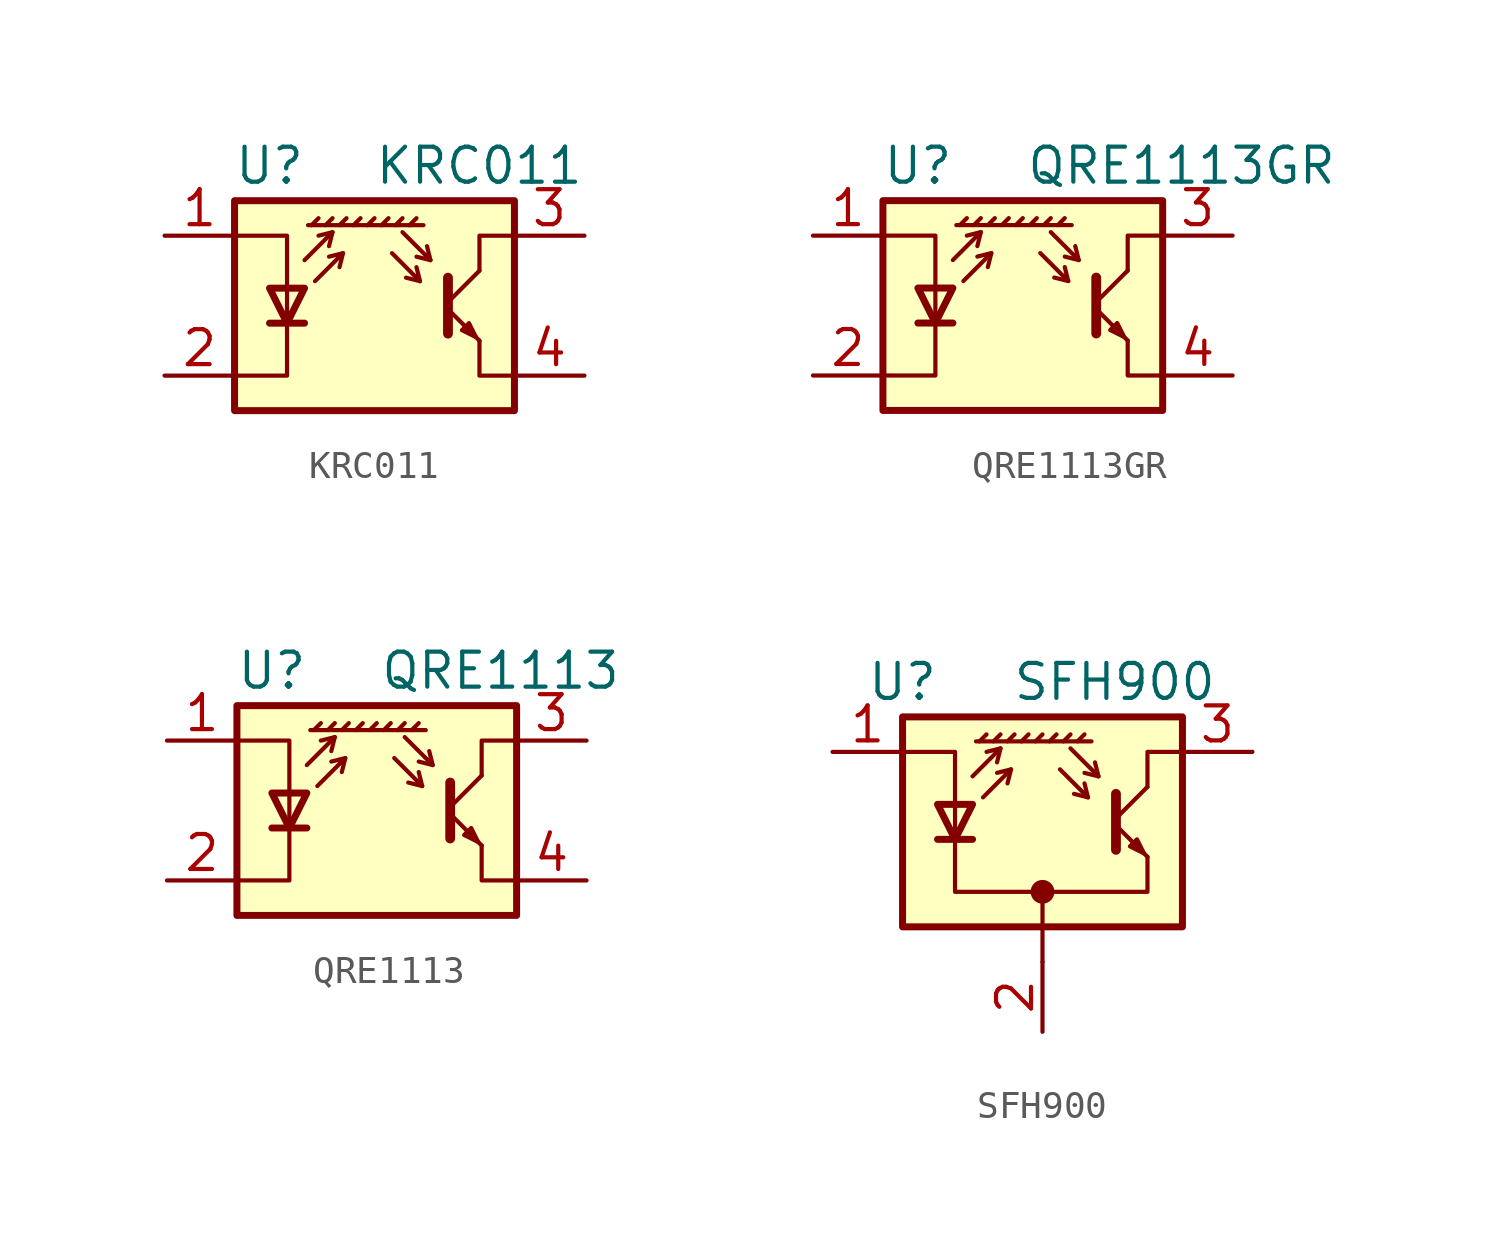
<source format=kicad_sym>
(kicad_symbol_lib
  (version 20241209)
  (generator "kicad_symbol_editor")
  (generator_version "9.0")
  (symbol "KRC011"
    (pin_names
      (offset 1.016)
      (hide yes))
    (property "Reference" "U"
      (at -3.81 5.08 0)
      (effects (font (size 1.27 1.27))))
    (property "Value" "KRC011"
      (at 7.62 5.08 0)
      (effects (font (size 1.27 1.27)) (justify right)))
    (symbol "KRC011_0_1"
      (polyline (pts (xy -5.08 -2.54) (xy -3.175 -2.54) (xy -3.175 2.54) (xy -5.08 2.54)) (stroke (width 0) (type default)) (fill (type none)))
      (polyline (pts (xy -5.08 -3.81) (xy 5.08 -3.81) (xy 5.08 3.81) (xy -5.08 3.81) (xy -5.08 -3.81)) (stroke (width 0.254) (type default)) (fill (type background)))
      (polyline (pts (xy -3.81 -0.635) (xy -2.54 -0.635)) (stroke (width 0.254) (type default)) (fill (type none)))
      (polyline (pts (xy -3.175 -0.635) (xy -3.81 0.635) (xy -2.54 0.635) (xy -3.175 -0.635)) (stroke (width 0.254) (type default)) (fill (type none)))
      (polyline (pts (xy -2.54 1.651) (xy -1.524 2.667) (xy -2.032 2.54)) (stroke (width 0) (type default)) (fill (type none)))
      (polyline (pts (xy -2.286 2.921) (xy -2.032 3.175)) (stroke (width 0) (type default)) (fill (type none)))
      (polyline (pts (xy -2.159 0.889) (xy -1.143 1.905) (xy -1.651 1.778)) (stroke (width 0) (type default)) (fill (type none)))
      (polyline (pts (xy -1.778 2.921) (xy -1.524 3.175)) (stroke (width 0) (type default)) (fill (type none)))
      (polyline (pts (xy -1.524 2.667) (xy -1.651 2.159)) (stroke (width 0) (type default)) (fill (type none)))
      (polyline (pts (xy -1.27 2.921) (xy -1.016 3.175)) (stroke (width 0) (type default)) (fill (type none)))
      (polyline (pts (xy -1.143 1.905) (xy -1.27 1.397)) (stroke (width 0) (type default)) (fill (type none)))
      (polyline (pts (xy -0.762 2.921) (xy -0.508 3.175)) (stroke (width 0) (type default)) (fill (type none)))
      (polyline (pts (xy -0.254 2.921) (xy 0 3.175)) (stroke (width 0) (type default)) (fill (type none)))
      (polyline (pts (xy 0.254 2.921) (xy 0.508 3.175)) (stroke (width 0) (type default)) (fill (type none)))
      (polyline (pts (xy 0.635 1.905) (xy 1.651 0.889) (xy 1.524 1.397)) (stroke (width 0) (type default)) (fill (type none)))
      (polyline (pts (xy 0.762 2.921) (xy 1.016 3.175)) (stroke (width 0) (type default)) (fill (type none)))
      (polyline (pts (xy 1.016 2.667) (xy 2.032 1.651) (xy 1.905 2.159)) (stroke (width 0) (type default)) (fill (type none)))
      (polyline (pts (xy 1.27 2.921) (xy 1.524 3.175)) (stroke (width 0) (type default)) (fill (type none)))
      (polyline (pts (xy 1.651 0.889) (xy 1.143 1.016)) (stroke (width 0) (type default)) (fill (type none)))
      (polyline (pts (xy 1.778 2.921) (xy -2.413 2.921)) (stroke (width 0) (type default)) (fill (type none)))
      (polyline (pts (xy 2.032 1.651) (xy 1.524 1.778)) (stroke (width 0) (type default)) (fill (type none)))
      (polyline (pts (xy 2.667 1.016) (xy 2.667 -1.016)) (stroke (width 0.356) (type default)) (fill (type none)))
      (polyline (pts (xy 2.667 0.127) (xy 3.81 1.27)) (stroke (width 0) (type default)) (fill (type none)))
      (polyline (pts (xy 2.667 -0.127) (xy 3.81 -1.27)) (stroke (width 0) (type default)) (fill (type none)))
      (polyline (pts (xy 3.683 -1.143) (xy 3.429 -0.635) (xy 3.175 -0.889) (xy 3.683 -1.143)) (stroke (width 0) (type default)) (fill (type none)))
      (polyline (pts (xy 3.81 1.27) (xy 3.81 2.54) (xy 5.08 2.54)) (stroke (width 0) (type default)) (fill (type none)))
      (polyline (pts (xy 3.81 -1.27) (xy 3.81 -2.54) (xy 5.08 -2.54)) (stroke (width 0) (type default)) (fill (type none))))
    (symbol "KRC011_1_1"
      (pin passive line (at -7.62 2.54 0) (length 2.54) (name "A" (effects (font (size 1.27 1.27)))) (number "1" (effects (font (size 1.27 1.27)))))
      (pin passive line (at -7.62 -2.54 0) (length 2.54) (name "K" (effects (font (size 1.27 1.27)))) (number "2" (effects (font (size 1.27 1.27)))))
      (pin open_collector line (at 7.62 2.54 180) (length 2.54) (name "C" (effects (font (size 1.27 1.27)))) (number "3" (effects (font (size 1.27 1.27)))))
      (pin open_emitter line (at 7.62 -2.54 180) (length 2.54) (name "E" (effects (font (size 1.27 1.27)))) (number "4" (effects (font (size 1.27 1.27)))))))
  (symbol "QRE1113GR"
    (pin_names
      (offset 0.025)
      (hide yes))
    (property "Reference" "U"
      (at -3.81 5.08 0)
      (effects (font (size 1.27 1.27))))
    (property "Value" "QRE1113GR"
      (at 11.43 5.08 0)
      (effects (font (size 1.27 1.27)) (justify right)))
    (symbol "QRE1113GR_0_1"
      (polyline (pts (xy -5.08 -2.54) (xy -3.175 -2.54) (xy -3.175 2.54) (xy -5.08 2.54)) (stroke (width 0) (type default)) (fill (type none)))
      (polyline (pts (xy -5.08 -3.81) (xy 5.08 -3.81) (xy 5.08 3.81) (xy -5.08 3.81) (xy -5.08 -3.81)) (stroke (width 0.254) (type default)) (fill (type background)))
      (polyline (pts (xy -3.81 -0.635) (xy -2.54 -0.635)) (stroke (width 0.254) (type default)) (fill (type none)))
      (polyline (pts (xy -3.175 -0.635) (xy -3.81 0.635) (xy -2.54 0.635) (xy -3.175 -0.635)) (stroke (width 0.254) (type default)) (fill (type none)))
      (polyline (pts (xy -2.54 1.651) (xy -1.524 2.667) (xy -2.032 2.54)) (stroke (width 0) (type default)) (fill (type none)))
      (polyline (pts (xy -2.286 2.921) (xy -2.032 3.175)) (stroke (width 0) (type default)) (fill (type none)))
      (polyline (pts (xy -2.159 0.889) (xy -1.143 1.905) (xy -1.651 1.778)) (stroke (width 0) (type default)) (fill (type none)))
      (polyline (pts (xy -1.778 2.921) (xy -1.524 3.175)) (stroke (width 0) (type default)) (fill (type none)))
      (polyline (pts (xy -1.524 2.667) (xy -1.651 2.159)) (stroke (width 0) (type default)) (fill (type none)))
      (polyline (pts (xy -1.27 2.921) (xy -1.016 3.175)) (stroke (width 0) (type default)) (fill (type none)))
      (polyline (pts (xy -1.143 1.905) (xy -1.27 1.397)) (stroke (width 0) (type default)) (fill (type none)))
      (polyline (pts (xy -0.762 2.921) (xy -0.508 3.175)) (stroke (width 0) (type default)) (fill (type none)))
      (polyline (pts (xy -0.254 2.921) (xy 0 3.175)) (stroke (width 0) (type default)) (fill (type none)))
      (polyline (pts (xy 0.254 2.921) (xy 0.508 3.175)) (stroke (width 0) (type default)) (fill (type none)))
      (polyline (pts (xy 0.635 1.905) (xy 1.651 0.889) (xy 1.524 1.397)) (stroke (width 0) (type default)) (fill (type none)))
      (polyline (pts (xy 0.762 2.921) (xy 1.016 3.175)) (stroke (width 0) (type default)) (fill (type none)))
      (polyline (pts (xy 1.016 2.667) (xy 2.032 1.651) (xy 1.905 2.159)) (stroke (width 0) (type default)) (fill (type none)))
      (polyline (pts (xy 1.27 2.921) (xy 1.524 3.175)) (stroke (width 0) (type default)) (fill (type none)))
      (polyline (pts (xy 1.651 0.889) (xy 1.143 1.016)) (stroke (width 0) (type default)) (fill (type none)))
      (polyline (pts (xy 1.778 2.921) (xy -2.413 2.921)) (stroke (width 0) (type default)) (fill (type none)))
      (polyline (pts (xy 2.032 1.651) (xy 1.524 1.778)) (stroke (width 0) (type default)) (fill (type none)))
      (polyline (pts (xy 2.667 1.016) (xy 2.667 -1.016)) (stroke (width 0.356) (type default)) (fill (type none)))
      (polyline (pts (xy 2.667 0.127) (xy 3.81 1.27)) (stroke (width 0) (type default)) (fill (type none)))
      (polyline (pts (xy 2.667 -0.127) (xy 3.81 -1.27)) (stroke (width 0) (type default)) (fill (type none)))
      (polyline (pts (xy 3.683 -1.143) (xy 3.429 -0.635) (xy 3.175 -0.889) (xy 3.683 -1.143)) (stroke (width 0) (type default)) (fill (type none)))
      (polyline (pts (xy 3.81 1.27) (xy 3.81 2.54) (xy 5.08 2.54)) (stroke (width 0) (type default)) (fill (type none)))
      (polyline (pts (xy 3.81 -1.27) (xy 3.81 -2.54) (xy 5.08 -2.54)) (stroke (width 0) (type default)) (fill (type none))))
    (symbol "QRE1113GR_1_1"
      (pin passive line (at -7.62 2.54 0) (length 2.54) (name "A" (effects (font (size 1.27 1.27)))) (number "1" (effects (font (size 1.27 1.27)))))
      (pin passive line (at -7.62 -2.54 0) (length 2.54) (name "K" (effects (font (size 1.27 1.27)))) (number "2" (effects (font (size 1.27 1.27)))))
      (pin open_collector line (at 7.62 2.54 180) (length 2.54) (name "~" (effects (font (size 1.27 1.27)))) (number "3" (effects (font (size 1.27 1.27)))))
      (pin open_emitter line (at 7.62 -2.54 180) (length 2.54) (name "~" (effects (font (size 1.27 1.27)))) (number "4" (effects (font (size 1.27 1.27)))))))
  (symbol "QRE1113"
    (pin_names
      (offset 0.025)
      (hide yes))
    (property "Reference" "U"
      (at -3.81 5.08 0)
      (effects (font (size 1.27 1.27))))
    (property "Value" "QRE1113"
      (at 8.89 5.08 0)
      (effects (font (size 1.27 1.27)) (justify right)))
    (symbol "QRE1113_0_1"
      (polyline (pts (xy -5.08 -2.54) (xy -3.175 -2.54) (xy -3.175 2.54) (xy -5.08 2.54)) (stroke (width 0) (type default)) (fill (type none)))
      (polyline (pts (xy -5.08 -3.81) (xy 5.08 -3.81) (xy 5.08 3.81) (xy -5.08 3.81) (xy -5.08 -3.81)) (stroke (width 0.254) (type default)) (fill (type background)))
      (polyline (pts (xy -3.81 -0.635) (xy -2.54 -0.635)) (stroke (width 0.254) (type default)) (fill (type none)))
      (polyline (pts (xy -3.175 -0.635) (xy -3.81 0.635) (xy -2.54 0.635) (xy -3.175 -0.635)) (stroke (width 0.254) (type default)) (fill (type none)))
      (polyline (pts (xy -2.54 1.651) (xy -1.524 2.667) (xy -2.032 2.54)) (stroke (width 0) (type default)) (fill (type none)))
      (polyline (pts (xy -2.286 2.921) (xy -2.032 3.175)) (stroke (width 0) (type default)) (fill (type none)))
      (polyline (pts (xy -2.159 0.889) (xy -1.143 1.905) (xy -1.651 1.778)) (stroke (width 0) (type default)) (fill (type none)))
      (polyline (pts (xy -1.778 2.921) (xy -1.524 3.175)) (stroke (width 0) (type default)) (fill (type none)))
      (polyline (pts (xy -1.524 2.667) (xy -1.651 2.159)) (stroke (width 0) (type default)) (fill (type none)))
      (polyline (pts (xy -1.27 2.921) (xy -1.016 3.175)) (stroke (width 0) (type default)) (fill (type none)))
      (polyline (pts (xy -1.143 1.905) (xy -1.27 1.397)) (stroke (width 0) (type default)) (fill (type none)))
      (polyline (pts (xy -0.762 2.921) (xy -0.508 3.175)) (stroke (width 0) (type default)) (fill (type none)))
      (polyline (pts (xy -0.254 2.921) (xy 0 3.175)) (stroke (width 0) (type default)) (fill (type none)))
      (polyline (pts (xy 0.254 2.921) (xy 0.508 3.175)) (stroke (width 0) (type default)) (fill (type none)))
      (polyline (pts (xy 0.635 1.905) (xy 1.651 0.889) (xy 1.524 1.397)) (stroke (width 0) (type default)) (fill (type none)))
      (polyline (pts (xy 0.762 2.921) (xy 1.016 3.175)) (stroke (width 0) (type default)) (fill (type none)))
      (polyline (pts (xy 1.016 2.667) (xy 2.032 1.651) (xy 1.905 2.159)) (stroke (width 0) (type default)) (fill (type none)))
      (polyline (pts (xy 1.27 2.921) (xy 1.524 3.175)) (stroke (width 0) (type default)) (fill (type none)))
      (polyline (pts (xy 1.651 0.889) (xy 1.143 1.016)) (stroke (width 0) (type default)) (fill (type none)))
      (polyline (pts (xy 1.778 2.921) (xy -2.413 2.921)) (stroke (width 0) (type default)) (fill (type none)))
      (polyline (pts (xy 2.032 1.651) (xy 1.524 1.778)) (stroke (width 0) (type default)) (fill (type none)))
      (polyline (pts (xy 2.667 1.016) (xy 2.667 -1.016)) (stroke (width 0.356) (type default)) (fill (type none)))
      (polyline (pts (xy 2.667 0.127) (xy 3.81 1.27)) (stroke (width 0) (type default)) (fill (type none)))
      (polyline (pts (xy 2.667 -0.127) (xy 3.81 -1.27)) (stroke (width 0) (type default)) (fill (type none)))
      (polyline (pts (xy 3.683 -1.143) (xy 3.429 -0.635) (xy 3.175 -0.889) (xy 3.683 -1.143)) (stroke (width 0) (type default)) (fill (type none)))
      (polyline (pts (xy 3.81 1.27) (xy 3.81 2.54) (xy 5.08 2.54)) (stroke (width 0) (type default)) (fill (type none)))
      (polyline (pts (xy 3.81 -1.27) (xy 3.81 -2.54) (xy 5.08 -2.54)) (stroke (width 0) (type default)) (fill (type none))))
    (symbol "QRE1113_1_1"
      (pin passive line (at -7.62 2.54 0) (length 2.54) (name "A" (effects (font (size 1.27 1.27)))) (number "1" (effects (font (size 1.27 1.27)))))
      (pin passive line (at -7.62 -2.54 0) (length 2.54) (name "K" (effects (font (size 1.27 1.27)))) (number "2" (effects (font (size 1.27 1.27)))))
      (pin open_collector line (at 7.62 2.54 180) (length 2.54) (name "~" (effects (font (size 1.27 1.27)))) (number "3" (effects (font (size 1.27 1.27)))))
      (pin open_emitter line (at 7.62 -2.54 180) (length 2.54) (name "~" (effects (font (size 1.27 1.27)))) (number "4" (effects (font (size 1.27 1.27)))))))
  (symbol "SFH900"
    (pin_names
      (offset 1.016)
      (hide yes))
    (property "Reference" "U"
      (at -5.08 5.08 0)
      (effects (font (size 1.27 1.27))))
    (property "Value" "SFH900"
      (at 6.35 5.08 0)
      (effects (font (size 1.27 1.27)) (justify right)))
    (symbol "SFH900_0_1"
      (polyline (pts (xy -5.08 2.54) (xy -3.175 2.54) (xy -3.175 -2.54) (xy 3.81 -2.54) (xy 3.81 -1.27)) (stroke (width 0) (type default)) (fill (type none)))
      (polyline (pts (xy -5.08 -3.81) (xy 5.08 -3.81) (xy 5.08 3.81) (xy -5.08 3.81) (xy -5.08 -3.81)) (stroke (width 0.254) (type default)) (fill (type background)))
      (polyline (pts (xy -3.81 -0.635) (xy -2.54 -0.635)) (stroke (width 0.254) (type default)) (fill (type none)))
      (polyline (pts (xy -3.175 -0.635) (xy -3.81 0.635) (xy -2.54 0.635) (xy -3.175 -0.635)) (stroke (width 0.254) (type default)) (fill (type none)))
      (polyline (pts (xy -2.54 1.651) (xy -1.524 2.667) (xy -2.032 2.54)) (stroke (width 0) (type default)) (fill (type none)))
      (polyline (pts (xy -2.286 2.921) (xy -2.032 3.175)) (stroke (width 0) (type default)) (fill (type none)))
      (polyline (pts (xy -2.159 0.889) (xy -1.143 1.905) (xy -1.651 1.778)) (stroke (width 0) (type default)) (fill (type none)))
      (polyline (pts (xy -1.778 2.921) (xy -1.524 3.175)) (stroke (width 0) (type default)) (fill (type none)))
      (polyline (pts (xy -1.524 2.667) (xy -1.651 2.159)) (stroke (width 0) (type default)) (fill (type none)))
      (polyline (pts (xy -1.27 2.921) (xy -1.016 3.175)) (stroke (width 0) (type default)) (fill (type none)))
      (polyline (pts (xy -1.143 1.905) (xy -1.27 1.397)) (stroke (width 0) (type default)) (fill (type none)))
      (polyline (pts (xy -0.762 2.921) (xy -0.508 3.175)) (stroke (width 0) (type default)) (fill (type none)))
      (polyline (pts (xy -0.254 2.921) (xy 0 3.175)) (stroke (width 0) (type default)) (fill (type none)))
      (polyline (pts (xy 0 -2.54) (xy 0 -5.08)) (stroke (width 0) (type default)) (fill (type none)))
      (circle (center 0 -2.54) (radius 0.356) (stroke (width 0) (type default)) (fill (type outline)))
      (polyline (pts (xy 0.254 2.921) (xy 0.508 3.175)) (stroke (width 0) (type default)) (fill (type none)))
      (polyline (pts (xy 0.635 1.905) (xy 1.651 0.889) (xy 1.524 1.397)) (stroke (width 0) (type default)) (fill (type none)))
      (polyline (pts (xy 0.762 2.921) (xy 1.016 3.175)) (stroke (width 0) (type default)) (fill (type none)))
      (polyline (pts (xy 1.016 2.667) (xy 2.032 1.651) (xy 1.905 2.159)) (stroke (width 0) (type default)) (fill (type none)))
      (polyline (pts (xy 1.27 2.921) (xy 1.524 3.175)) (stroke (width 0) (type default)) (fill (type none)))
      (polyline (pts (xy 1.651 0.889) (xy 1.143 1.016)) (stroke (width 0) (type default)) (fill (type none)))
      (polyline (pts (xy 1.778 2.921) (xy -2.413 2.921)) (stroke (width 0) (type default)) (fill (type none)))
      (polyline (pts (xy 2.032 1.651) (xy 1.524 1.778)) (stroke (width 0) (type default)) (fill (type none)))
      (polyline (pts (xy 2.667 1.016) (xy 2.667 -1.016)) (stroke (width 0.356) (type default)) (fill (type none)))
      (polyline (pts (xy 2.667 0.127) (xy 3.81 1.27)) (stroke (width 0) (type default)) (fill (type none)))
      (polyline (pts (xy 2.667 -0.127) (xy 3.81 -1.27)) (stroke (width 0) (type default)) (fill (type none)))
      (polyline (pts (xy 3.683 -1.143) (xy 3.429 -0.635) (xy 3.175 -0.889) (xy 3.683 -1.143)) (stroke (width 0) (type default)) (fill (type none)))
      (polyline (pts (xy 3.81 1.27) (xy 3.81 2.54) (xy 5.08 2.54)) (stroke (width 0) (type default)) (fill (type none))))
    (symbol "SFH900_1_1"
      (pin passive line (at -7.62 2.54 0) (length 2.54) (name "A" (effects (font (size 1.27 1.27)))) (number "1" (effects (font (size 1.27 1.27)))))
      (pin passive line (at 0 -7.62 90) (length 2.54) (name "K" (effects (font (size 1.27 1.27)))) (number "2" (effects (font (size 1.27 1.27)))))
      (pin open_collector line (at 7.62 2.54 180) (length 2.54) (name "C" (effects (font (size 1.27 1.27)))) (number "3" (effects (font (size 1.27 1.27))))))))
</source>
